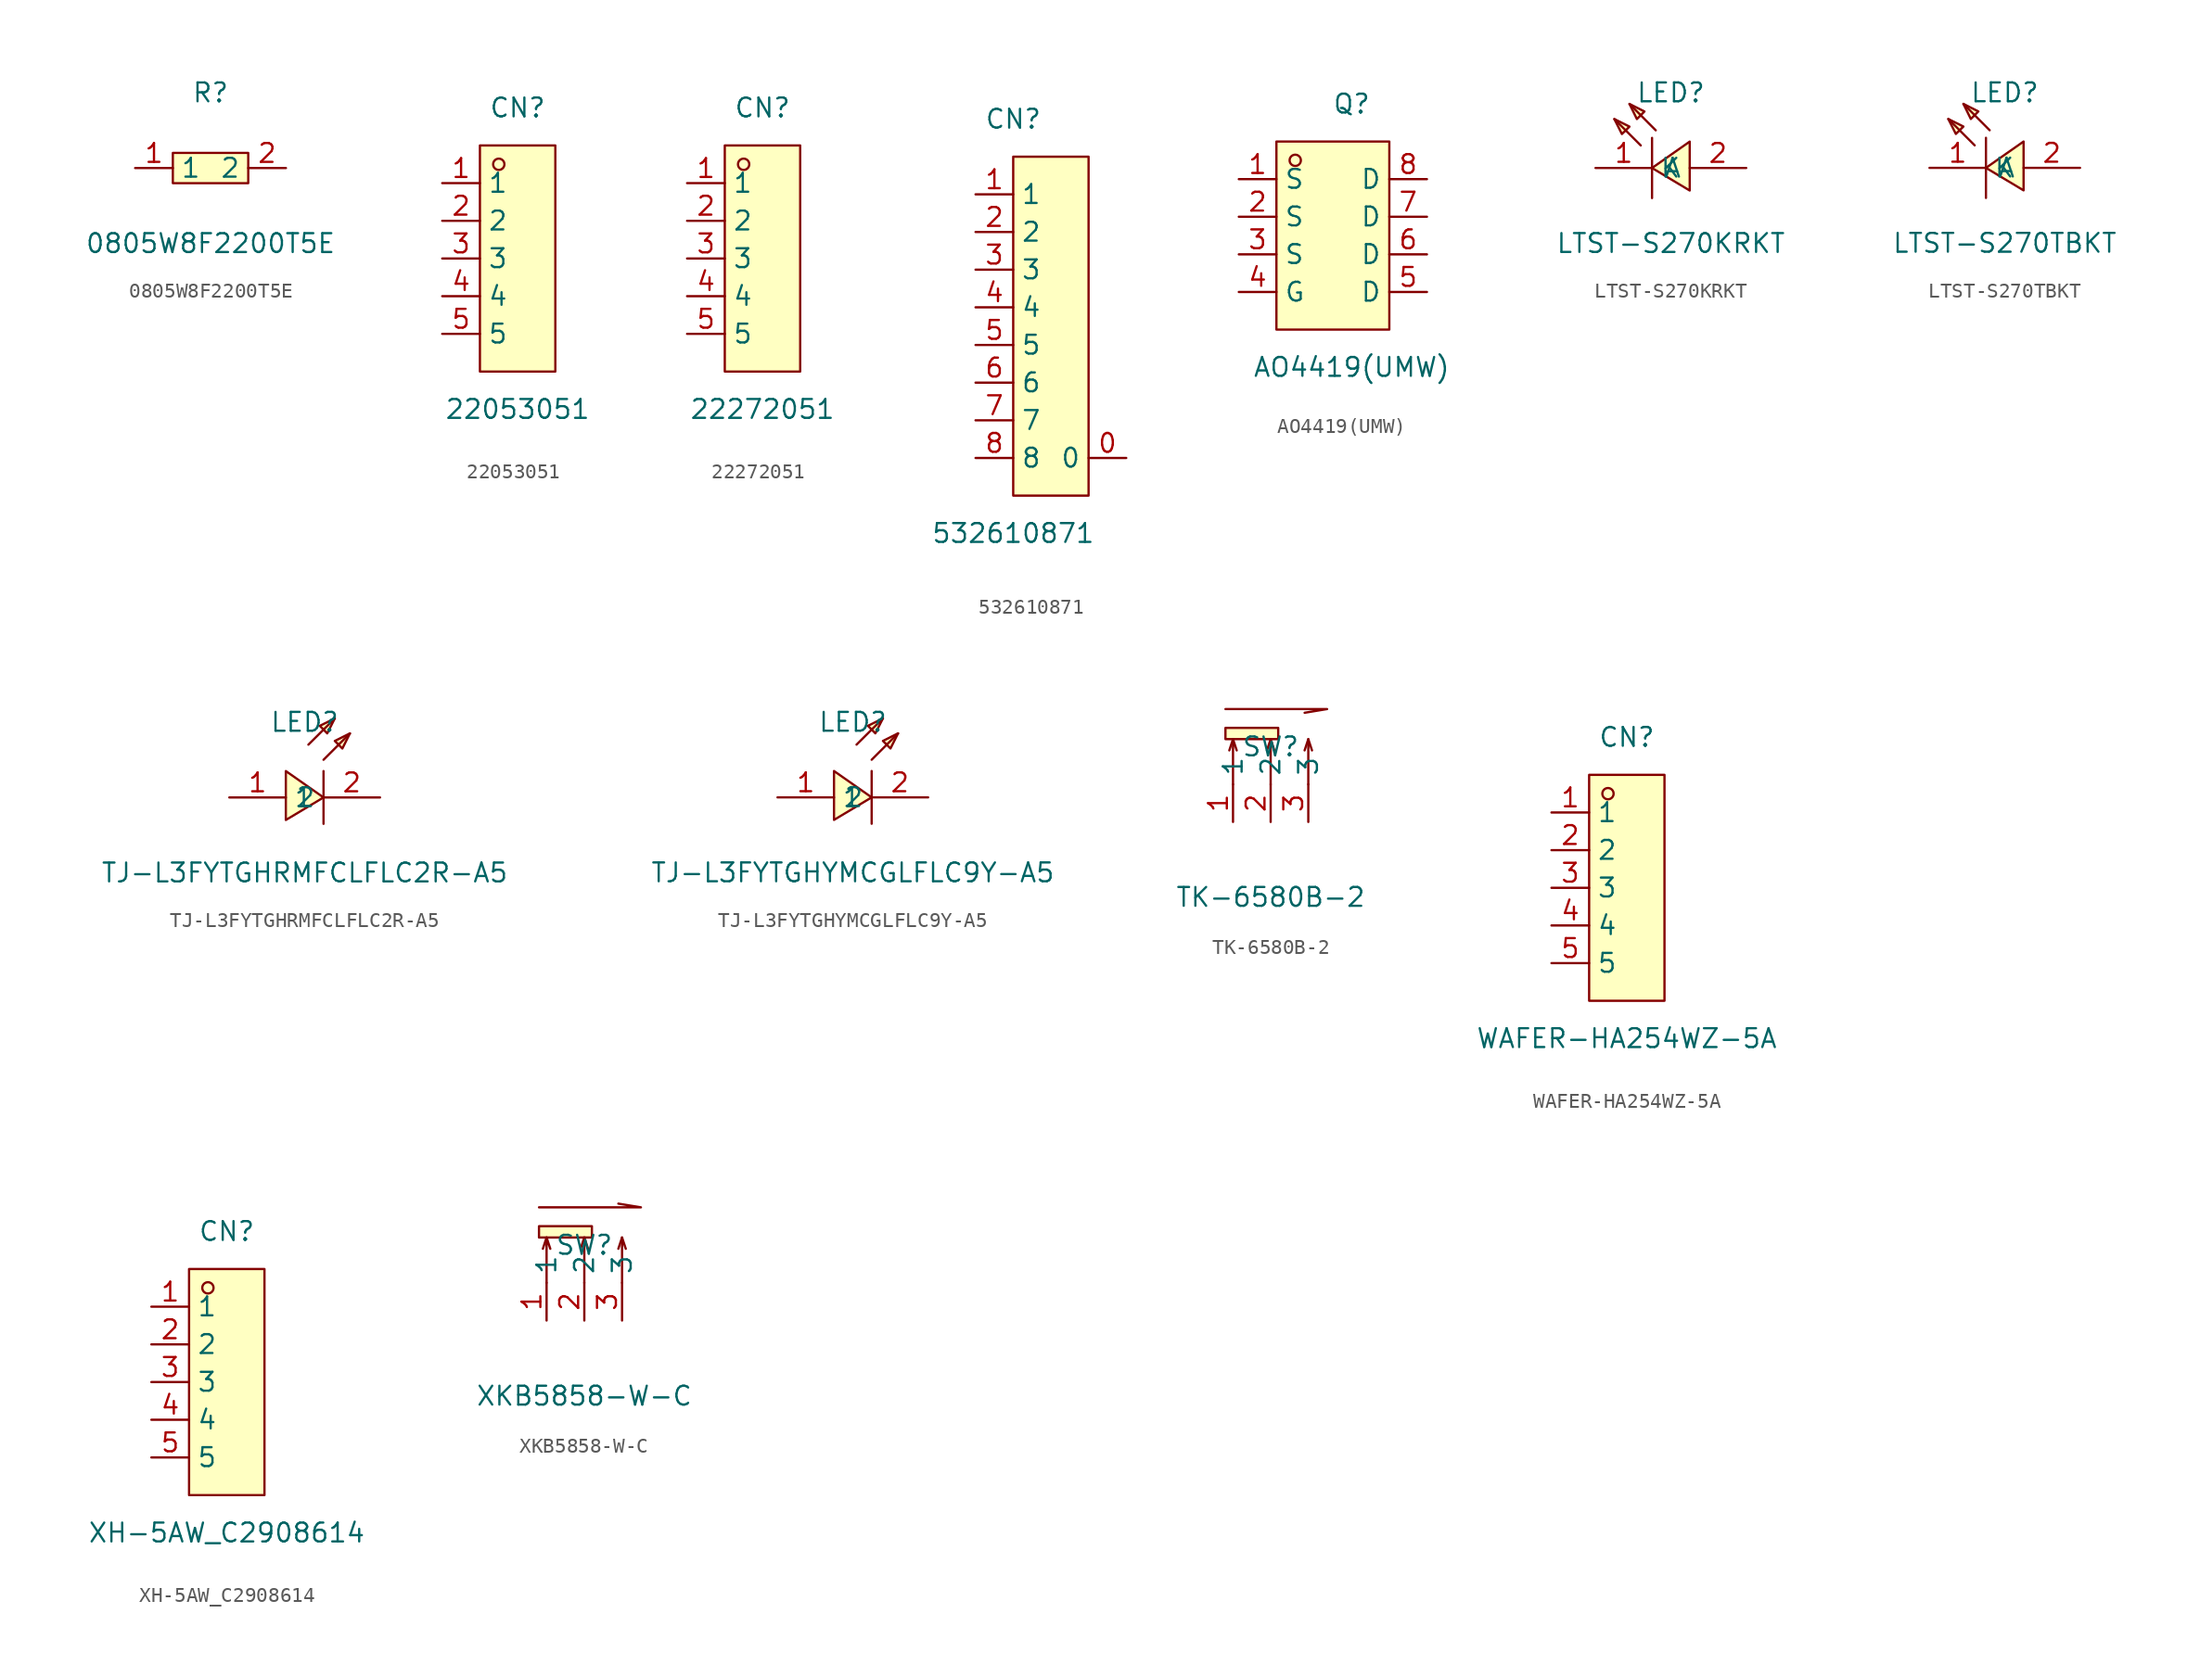
<source format=kicad_sym>
(kicad_symbol_lib
  (version 20241209)
  (generator "kicad_symbol_editor")
  (generator_version "9.0")
  (symbol "0805W8F2200T5E"
    (property "Reference" "R"
      (at 0 5.08 0)
      (effects (font (size 1.27 1.27))))
    (property "Value" "0805W8F2200T5E"
      (at 0 -5.08 0)
      (effects (font (size 1.27 1.27))))
    (symbol "0805W8F2200T5E_0_1"
      (rectangle (start -2.54 1.02) (end 2.54 -1.02) (stroke (width 0) (type default) (color 0 0 0 0)) (fill (type background)))
      (pin input line (at 5.08 -0.00 180) (length 2.54) (name "2" (effects (font (size 1.27 1.27)))) (number "2" (effects (font (size 1.27 1.27)))))
      (pin input line (at -5.08 -0.00 0) (length 2.54) (name "1" (effects (font (size 1.27 1.27)))) (number "1" (effects (font (size 1.27 1.27)))))))
  (symbol "22053051"
    (property "Reference" "CN"
      (at 0 10.16 0)
      (effects (font (size 1.27 1.27))))
    (property "Value" "22053051"
      (at 0 -10.16 0)
      (effects (font (size 1.27 1.27))))
    (symbol "22053051_0_1"
      (rectangle (start -2.54 7.62) (end 2.54 -7.62) (stroke (width 0) (type default) (color 0 0 0 0)) (fill (type background)))
      (circle (center -1.27 6.35) (radius 0.38) (stroke (width 0) (type default) (color 0 0 0 0)) (fill (type none)))
      (pin unspecified line (at -5.08 5.08 0) (length 2.54) (name "1" (effects (font (size 1.27 1.27)))) (number "1" (effects (font (size 1.27 1.27)))))
      (pin unspecified line (at -5.08 2.54 0) (length 2.54) (name "2" (effects (font (size 1.27 1.27)))) (number "2" (effects (font (size 1.27 1.27)))))
      (pin unspecified line (at -5.08 -0.00 0) (length 2.54) (name "3" (effects (font (size 1.27 1.27)))) (number "3" (effects (font (size 1.27 1.27)))))
      (pin unspecified line (at -5.08 -2.54 0) (length 2.54) (name "4" (effects (font (size 1.27 1.27)))) (number "4" (effects (font (size 1.27 1.27)))))
      (pin unspecified line (at -5.08 -5.08 0) (length 2.54) (name "5" (effects (font (size 1.27 1.27)))) (number "5" (effects (font (size 1.27 1.27)))))))
  (symbol "22272051"
    (property "Reference" "CN"
      (at 0 10.16 0)
      (effects (font (size 1.27 1.27))))
    (property "Value" "22272051"
      (at 0 -10.16 0)
      (effects (font (size 1.27 1.27))))
    (symbol "22272051_0_1"
      (rectangle (start -2.54 7.62) (end 2.54 -7.62) (stroke (width 0) (type default) (color 0 0 0 0)) (fill (type background)))
      (circle (center -1.27 6.35) (radius 0.38) (stroke (width 0) (type default) (color 0 0 0 0)) (fill (type none)))
      (pin unspecified line (at -5.08 5.08 0) (length 2.54) (name "1" (effects (font (size 1.27 1.27)))) (number "1" (effects (font (size 1.27 1.27)))))
      (pin unspecified line (at -5.08 2.54 0) (length 2.54) (name "2" (effects (font (size 1.27 1.27)))) (number "2" (effects (font (size 1.27 1.27)))))
      (pin unspecified line (at -5.08 -0.00 0) (length 2.54) (name "3" (effects (font (size 1.27 1.27)))) (number "3" (effects (font (size 1.27 1.27)))))
      (pin unspecified line (at -5.08 -2.54 0) (length 2.54) (name "4" (effects (font (size 1.27 1.27)))) (number "4" (effects (font (size 1.27 1.27)))))
      (pin unspecified line (at -5.08 -5.08 0) (length 2.54) (name "5" (effects (font (size 1.27 1.27)))) (number "5" (effects (font (size 1.27 1.27)))))))
  (symbol "532610871"
    (property "Reference" "CN"
      (at 0 15.24 0)
      (effects (font (size 1.27 1.27))))
    (property "Value" "532610871"
      (at 0 -12.70 0)
      (effects (font (size 1.27 1.27))))
    (symbol "532610871_0_1"
      (rectangle (start 0.00 12.70) (end 5.08 -10.16) (stroke (width 0) (type default) (color 0 0 0 0)) (fill (type background)))
      (pin unspecified line (at -2.54 10.16 0) (length 2.54) (name "1" (effects (font (size 1.27 1.27)))) (number "1" (effects (font (size 1.27 1.27)))))
      (pin unspecified line (at -2.54 7.62 0) (length 2.54) (name "2" (effects (font (size 1.27 1.27)))) (number "2" (effects (font (size 1.27 1.27)))))
      (pin unspecified line (at -2.54 5.08 0) (length 2.54) (name "3" (effects (font (size 1.27 1.27)))) (number "3" (effects (font (size 1.27 1.27)))))
      (pin unspecified line (at -2.54 2.54 0) (length 2.54) (name "4" (effects (font (size 1.27 1.27)))) (number "4" (effects (font (size 1.27 1.27)))))
      (pin unspecified line (at -2.54 -0.00 0) (length 2.54) (name "5" (effects (font (size 1.27 1.27)))) (number "5" (effects (font (size 1.27 1.27)))))
      (pin unspecified line (at -2.54 -2.54 0) (length 2.54) (name "6" (effects (font (size 1.27 1.27)))) (number "6" (effects (font (size 1.27 1.27)))))
      (pin unspecified line (at -2.54 -5.08 0) (length 2.54) (name "7" (effects (font (size 1.27 1.27)))) (number "7" (effects (font (size 1.27 1.27)))))
      (pin unspecified line (at -2.54 -7.62 0) (length 2.54) (name "8" (effects (font (size 1.27 1.27)))) (number "8" (effects (font (size 1.27 1.27)))))
      (pin unspecified line (at 7.62 -7.62 180) (length 2.54) (name "0" (effects (font (size 1.27 1.27)))) (number "0" (effects (font (size 1.27 1.27)))))))
  (symbol "AO4419(UMW)"
    (property "Reference" "Q"
      (at 0 10.16 0)
      (effects (font (size 1.27 1.27))))
    (property "Value" "AO4419(UMW)"
      (at 0 -7.62 0)
      (effects (font (size 1.27 1.27))))
    (symbol "AO4419(UMW)_0_1"
      (rectangle (start -5.08 7.62) (end 2.54 -5.08) (stroke (width 0) (type default)) (fill (type background)))
      (circle (center -3.81 6.35) (radius 0.38) (stroke (width 0) (type default)) (fill (type none)))
      (pin unspecified line (at -7.62 5.08 0) (length 2.54) (name "S" (effects (font (size 1.27 1.27)))) (number "1" (effects (font (size 1.27 1.27)))))
      (pin unspecified line (at -7.62 2.54 0) (length 2.54) (name "S" (effects (font (size 1.27 1.27)))) (number "2" (effects (font (size 1.27 1.27)))))
      (pin unspecified line (at -7.62 0 0) (length 2.54) (name "S" (effects (font (size 1.27 1.27)))) (number "3" (effects (font (size 1.27 1.27)))))
      (pin unspecified line (at -7.62 -2.54 0) (length 2.54) (name "G" (effects (font (size 1.27 1.27)))) (number "4" (effects (font (size 1.27 1.27)))))
      (pin unspecified line (at 5.08 5.08 180) (length 2.54) (name "D" (effects (font (size 1.27 1.27)))) (number "8" (effects (font (size 1.27 1.27)))))
      (pin unspecified line (at 5.08 2.54 180) (length 2.54) (name "D" (effects (font (size 1.27 1.27)))) (number "7" (effects (font (size 1.27 1.27)))))
      (pin unspecified line (at 5.08 0 180) (length 2.54) (name "D" (effects (font (size 1.27 1.27)))) (number "6" (effects (font (size 1.27 1.27)))))
      (pin unspecified line (at 5.08 -2.54 180) (length 2.54) (name "D" (effects (font (size 1.27 1.27)))) (number "5" (effects (font (size 1.27 1.27)))))))
  (symbol "LTST-S270KRKT"
    (property "Reference" "LED"
      (at 0 5.08 0)
      (effects (font (size 1.27 1.27))))
    (property "Value" "LTST-S270KRKT"
      (at 0 -5.08 0)
      (effects (font (size 1.27 1.27))))
    (symbol "LTST-S270KRKT_0_1"
      (polyline (pts (xy -3.81 3.30) (xy -2.79 2.79) (xy -3.30 2.29) (xy -3.81 3.30)) (stroke (width 0) (type default) (color 0 0 0 0)) (fill (type background)))
      (polyline (pts (xy -2.79 4.32) (xy -1.78 3.81) (xy -2.29 3.30) (xy -2.79 4.32)) (stroke (width 0) (type default) (color 0 0 0 0)) (fill (type background)))
      (polyline (pts (xy 1.27 -1.52) (xy -1.27 -0.00) (xy 1.27 1.78) (xy 1.27 -1.52)) (stroke (width 0) (type default) (color 0 0 0 0)) (fill (type background)))
      (polyline (pts (xy -2.03 1.52) (xy -3.81 3.30)) (stroke (width 0) (type default) (color 0 0 0 0)) (fill (type none)))
      (polyline (pts (xy -1.02 2.54) (xy -2.79 4.32)) (stroke (width 0) (type default) (color 0 0 0 0)) (fill (type none)))
      (polyline (pts (xy -1.27 2.03) (xy -1.27 -2.03)) (stroke (width 0) (type default) (color 0 0 0 0)) (fill (type none)))
      (pin unspecified line (at -5.08 -0.00 0) (length 3.81) (name "K" (effects (font (size 1.27 1.27)))) (number "1" (effects (font (size 1.27 1.27)))))
      (pin unspecified line (at 5.08 -0.00 180) (length 3.81) (name "A" (effects (font (size 1.27 1.27)))) (number "2" (effects (font (size 1.27 1.27)))))))
  (symbol "LTST-S270TBKT"
    (property "Reference" "LED"
      (at 0 5.08 0)
      (effects (font (size 1.27 1.27))))
    (property "Value" "LTST-S270TBKT"
      (at 0 -5.08 0)
      (effects (font (size 1.27 1.27))))
    (symbol "LTST-S270TBKT_0_1"
      (polyline (pts (xy -3.81 3.30) (xy -2.79 2.79) (xy -3.30 2.29) (xy -3.81 3.30)) (stroke (width 0) (type default) (color 0 0 0 0)) (fill (type background)))
      (polyline (pts (xy -2.79 4.32) (xy -1.78 3.81) (xy -2.29 3.30) (xy -2.79 4.32)) (stroke (width 0) (type default) (color 0 0 0 0)) (fill (type background)))
      (polyline (pts (xy 1.27 -1.52) (xy -1.27 -0.00) (xy 1.27 1.78) (xy 1.27 -1.52)) (stroke (width 0) (type default) (color 0 0 0 0)) (fill (type background)))
      (polyline (pts (xy -2.03 1.52) (xy -3.81 3.30)) (stroke (width 0) (type default) (color 0 0 0 0)) (fill (type none)))
      (polyline (pts (xy -1.02 2.54) (xy -2.79 4.32)) (stroke (width 0) (type default) (color 0 0 0 0)) (fill (type none)))
      (polyline (pts (xy -1.27 2.03) (xy -1.27 -2.03)) (stroke (width 0) (type default) (color 0 0 0 0)) (fill (type none)))
      (pin unspecified line (at -5.08 -0.00 0) (length 3.81) (name "K" (effects (font (size 1.27 1.27)))) (number "1" (effects (font (size 1.27 1.27)))))
      (pin unspecified line (at 5.08 -0.00 180) (length 3.81) (name "A" (effects (font (size 1.27 1.27)))) (number "2" (effects (font (size 1.27 1.27)))))))
  (symbol "TJ-L3FYTGHRMFCLFLC2R-A5"
    (property "Reference" "LED"
      (at 0 5.08 0)
      (effects (font (size 1.27 1.27))))
    (property "Value" "TJ-L3FYTGHRMFCLFLC2R-A5"
      (at 0 -5.08 0)
      (effects (font (size 1.27 1.27))))
    (symbol "TJ-L3FYTGHRMFCLFLC2R-A5_0_1"
      (polyline (pts (xy -1.27 -1.52) (xy 1.27 -0.00) (xy -1.27 1.78) (xy -1.27 -1.52)) (stroke (width 0) (type default) (color 0 0 0 0)) (fill (type background)))
      (polyline (pts (xy 1.27 2.54) (xy 3.05 4.32)) (stroke (width 0) (type default) (color 0 0 0 0)) (fill (type none)))
      (polyline (pts (xy 0.25 3.56) (xy 2.03 5.33)) (stroke (width 0) (type default) (color 0 0 0 0)) (fill (type none)))
      (polyline (pts (xy 1.27 -1.78) (xy 1.27 1.78)) (stroke (width 0) (type default) (color 0 0 0 0)) (fill (type none)))
      (polyline (pts (xy 3.05 4.32) (xy 2.03 3.81) (xy 2.54 3.30) (xy 3.05 4.32)) (stroke (width 0) (type default) (color 0 0 0 0)) (fill (type background)))
      (polyline (pts (xy 2.03 5.33) (xy 1.02 4.83) (xy 1.52 4.32) (xy 2.03 5.33)) (stroke (width 0) (type default) (color 0 0 0 0)) (fill (type background)))
      (pin unspecified line (at -5.08 -0.00 0) (length 3.81) (name "1" (effects (font (size 1.27 1.27)))) (number "1" (effects (font (size 1.27 1.27)))))
      (pin unspecified line (at 5.08 -0.00 180) (length 3.81) (name "2" (effects (font (size 1.27 1.27)))) (number "2" (effects (font (size 1.27 1.27)))))))
  (symbol "TJ-L3FYTGHYMCGLFLC9Y-A5"
    (property "Reference" "LED"
      (at 0 5.08 0)
      (effects (font (size 1.27 1.27))))
    (property "Value" "TJ-L3FYTGHYMCGLFLC9Y-A5"
      (at 0 -5.08 0)
      (effects (font (size 1.27 1.27))))
    (symbol "TJ-L3FYTGHYMCGLFLC9Y-A5_0_1"
      (polyline (pts (xy -1.27 -1.52) (xy 1.27 -0.00) (xy -1.27 1.78) (xy -1.27 -1.52)) (stroke (width 0) (type default) (color 0 0 0 0)) (fill (type background)))
      (polyline (pts (xy 1.27 2.54) (xy 3.05 4.32)) (stroke (width 0) (type default) (color 0 0 0 0)) (fill (type none)))
      (polyline (pts (xy 0.25 3.56) (xy 2.03 5.33)) (stroke (width 0) (type default) (color 0 0 0 0)) (fill (type none)))
      (polyline (pts (xy 1.27 -1.78) (xy 1.27 1.78)) (stroke (width 0) (type default) (color 0 0 0 0)) (fill (type none)))
      (polyline (pts (xy 3.05 4.32) (xy 2.03 3.81) (xy 2.54 3.30) (xy 3.05 4.32)) (stroke (width 0) (type default) (color 0 0 0 0)) (fill (type background)))
      (polyline (pts (xy 2.03 5.33) (xy 1.02 4.83) (xy 1.52 4.32) (xy 2.03 5.33)) (stroke (width 0) (type default) (color 0 0 0 0)) (fill (type background)))
      (pin unspecified line (at -5.08 -0.00 0) (length 3.81) (name "1" (effects (font (size 1.27 1.27)))) (number "1" (effects (font (size 1.27 1.27)))))
      (pin unspecified line (at 5.08 -0.00 180) (length 3.81) (name "2" (effects (font (size 1.27 1.27)))) (number "2" (effects (font (size 1.27 1.27)))))))
  (symbol "TK-6580B-2"
    (property "Reference" "SW"
      (at 0 -2.54 0)
      (effects (font (size 1.27 1.27))))
    (property "Value" "TK-6580B-2"
      (at 0 -12.70 0)
      (effects (font (size 1.27 1.27))))
    (symbol "TK-6580B-2_0_1"
      (rectangle (start -3.05 -1.27) (end 0.51 -2.03) (stroke (width 0) (type default) (color 0 0 0 0)) (fill (type background)))
      (polyline (pts (xy -3.05 -0.00) (xy 3.81 -0.00) (xy 2.29 -0.25)) (stroke (width 0) (type default) (color 0 0 0 0)) (fill (type none)))
      (polyline (pts (xy -2.54 -5.08) (xy -2.54 -2.03) (xy -2.29 -2.79)) (stroke (width 0) (type default) (color 0 0 0 0)) (fill (type none)))
      (polyline (pts (xy -2.54 -2.03) (xy -2.79 -2.79)) (stroke (width 0) (type default) (color 0 0 0 0)) (fill (type none)))
      (polyline (pts (xy 0.00 -5.08) (xy 0.00 -2.03) (xy 0.25 -2.79)) (stroke (width 0) (type default) (color 0 0 0 0)) (fill (type none)))
      (polyline (pts (xy 0.00 -2.03) (xy -0.25 -2.79)) (stroke (width 0) (type default) (color 0 0 0 0)) (fill (type none)))
      (polyline (pts (xy 2.54 -5.08) (xy 2.54 -2.03) (xy 2.79 -2.79)) (stroke (width 0) (type default) (color 0 0 0 0)) (fill (type none)))
      (polyline (pts (xy 2.54 -2.03) (xy 2.29 -2.79)) (stroke (width 0) (type default) (color 0 0 0 0)) (fill (type none)))
      (pin unspecified line (at -2.54 -7.62 90) (length 2.54) (name "1" (effects (font (size 1.27 1.27)))) (number "1" (effects (font (size 1.27 1.27)))))
      (pin unspecified line (at 0.00 -7.62 90) (length 2.54) (name "2" (effects (font (size 1.27 1.27)))) (number "2" (effects (font (size 1.27 1.27)))))
      (pin unspecified line (at 2.54 -7.62 90) (length 2.54) (name "3" (effects (font (size 1.27 1.27)))) (number "3" (effects (font (size 1.27 1.27)))))))
  (symbol "WAFER-HA254WZ-5A"
    (property "Reference" "CN"
      (at 0 10.16 0)
      (effects (font (size 1.27 1.27))))
    (property "Value" "WAFER-HA254WZ-5A"
      (at 0 -10.16 0)
      (effects (font (size 1.27 1.27))))
    (symbol "WAFER-HA254WZ-5A_0_1"
      (rectangle (start -2.54 7.62) (end 2.54 -7.62) (stroke (width 0) (type default) (color 0 0 0 0)) (fill (type background)))
      (circle (center -1.27 6.35) (radius 0.38) (stroke (width 0) (type default) (color 0 0 0 0)) (fill (type none)))
      (pin unspecified line (at -5.08 5.08 0) (length 2.54) (name "1" (effects (font (size 1.27 1.27)))) (number "1" (effects (font (size 1.27 1.27)))))
      (pin unspecified line (at -5.08 2.54 0) (length 2.54) (name "2" (effects (font (size 1.27 1.27)))) (number "2" (effects (font (size 1.27 1.27)))))
      (pin unspecified line (at -5.08 -0.00 0) (length 2.54) (name "3" (effects (font (size 1.27 1.27)))) (number "3" (effects (font (size 1.27 1.27)))))
      (pin unspecified line (at -5.08 -2.54 0) (length 2.54) (name "4" (effects (font (size 1.27 1.27)))) (number "4" (effects (font (size 1.27 1.27)))))
      (pin unspecified line (at -5.08 -5.08 0) (length 2.54) (name "5" (effects (font (size 1.27 1.27)))) (number "5" (effects (font (size 1.27 1.27)))))))
  (symbol "XH-5AW_C2908614"
    (property "Reference" "CN"
      (at 0 10.16 0)
      (effects (font (size 1.27 1.27))))
    (property "Value" "XH-5AW_C2908614"
      (at 0 -10.16 0)
      (effects (font (size 1.27 1.27))))
    (symbol "XH-5AW_C2908614_0_1"
      (rectangle (start -2.54 7.62) (end 2.54 -7.62) (stroke (width 0) (type default) (color 0 0 0 0)) (fill (type background)))
      (circle (center -1.27 6.35) (radius 0.38) (stroke (width 0) (type default) (color 0 0 0 0)) (fill (type none)))
      (pin unspecified line (at -5.08 5.08 0) (length 2.54) (name "1" (effects (font (size 1.27 1.27)))) (number "1" (effects (font (size 1.27 1.27)))))
      (pin unspecified line (at -5.08 2.54 0) (length 2.54) (name "2" (effects (font (size 1.27 1.27)))) (number "2" (effects (font (size 1.27 1.27)))))
      (pin unspecified line (at -5.08 -0.00 0) (length 2.54) (name "3" (effects (font (size 1.27 1.27)))) (number "3" (effects (font (size 1.27 1.27)))))
      (pin unspecified line (at -5.08 -2.54 0) (length 2.54) (name "4" (effects (font (size 1.27 1.27)))) (number "4" (effects (font (size 1.27 1.27)))))
      (pin unspecified line (at -5.08 -5.08 0) (length 2.54) (name "5" (effects (font (size 1.27 1.27)))) (number "5" (effects (font (size 1.27 1.27)))))))
  (symbol "XKB5858-W-C"
    (property "Reference" "SW"
      (at 0 0.00 0)
      (effects (font (size 1.27 1.27))))
    (property "Value" "XKB5858-W-C"
      (at 0 -10.16 0)
      (effects (font (size 1.27 1.27))))
    (symbol "XKB5858-W-C_0_1"
      (rectangle (start -3.05 1.27) (end 0.51 0.51) (stroke (width 0) (type default) (color 0 0 0 0)) (fill (type background)))
      (polyline (pts (xy -3.05 2.54) (xy 3.81 2.54) (xy 2.29 2.79)) (stroke (width 0) (type default) (color 0 0 0 0)) (fill (type none)))
      (polyline (pts (xy -2.54 -2.54) (xy -2.54 0.51) (xy -2.29 -0.25)) (stroke (width 0) (type default) (color 0 0 0 0)) (fill (type none)))
      (polyline (pts (xy -2.54 0.51) (xy -2.79 -0.25)) (stroke (width 0) (type default) (color 0 0 0 0)) (fill (type none)))
      (polyline (pts (xy 0.00 -2.54) (xy 0.00 0.51) (xy 0.25 -0.25)) (stroke (width 0) (type default) (color 0 0 0 0)) (fill (type none)))
      (polyline (pts (xy 0.00 0.51) (xy -0.25 -0.25)) (stroke (width 0) (type default) (color 0 0 0 0)) (fill (type none)))
      (polyline (pts (xy 2.54 -2.54) (xy 2.54 0.51) (xy 2.79 -0.25)) (stroke (width 0) (type default) (color 0 0 0 0)) (fill (type none)))
      (polyline (pts (xy 2.54 0.51) (xy 2.29 -0.25)) (stroke (width 0) (type default) (color 0 0 0 0)) (fill (type none)))
      (pin unspecified line (at -2.54 -5.08 90) (length 2.54) (name "1" (effects (font (size 1.27 1.27)))) (number "1" (effects (font (size 1.27 1.27)))))
      (pin unspecified line (at 0.00 -5.08 90) (length 2.54) (name "2" (effects (font (size 1.27 1.27)))) (number "2" (effects (font (size 1.27 1.27)))))
      (pin unspecified line (at 2.54 -5.08 90) (length 2.54) (name "3" (effects (font (size 1.27 1.27)))) (number "3" (effects (font (size 1.27 1.27))))))))
</source>
